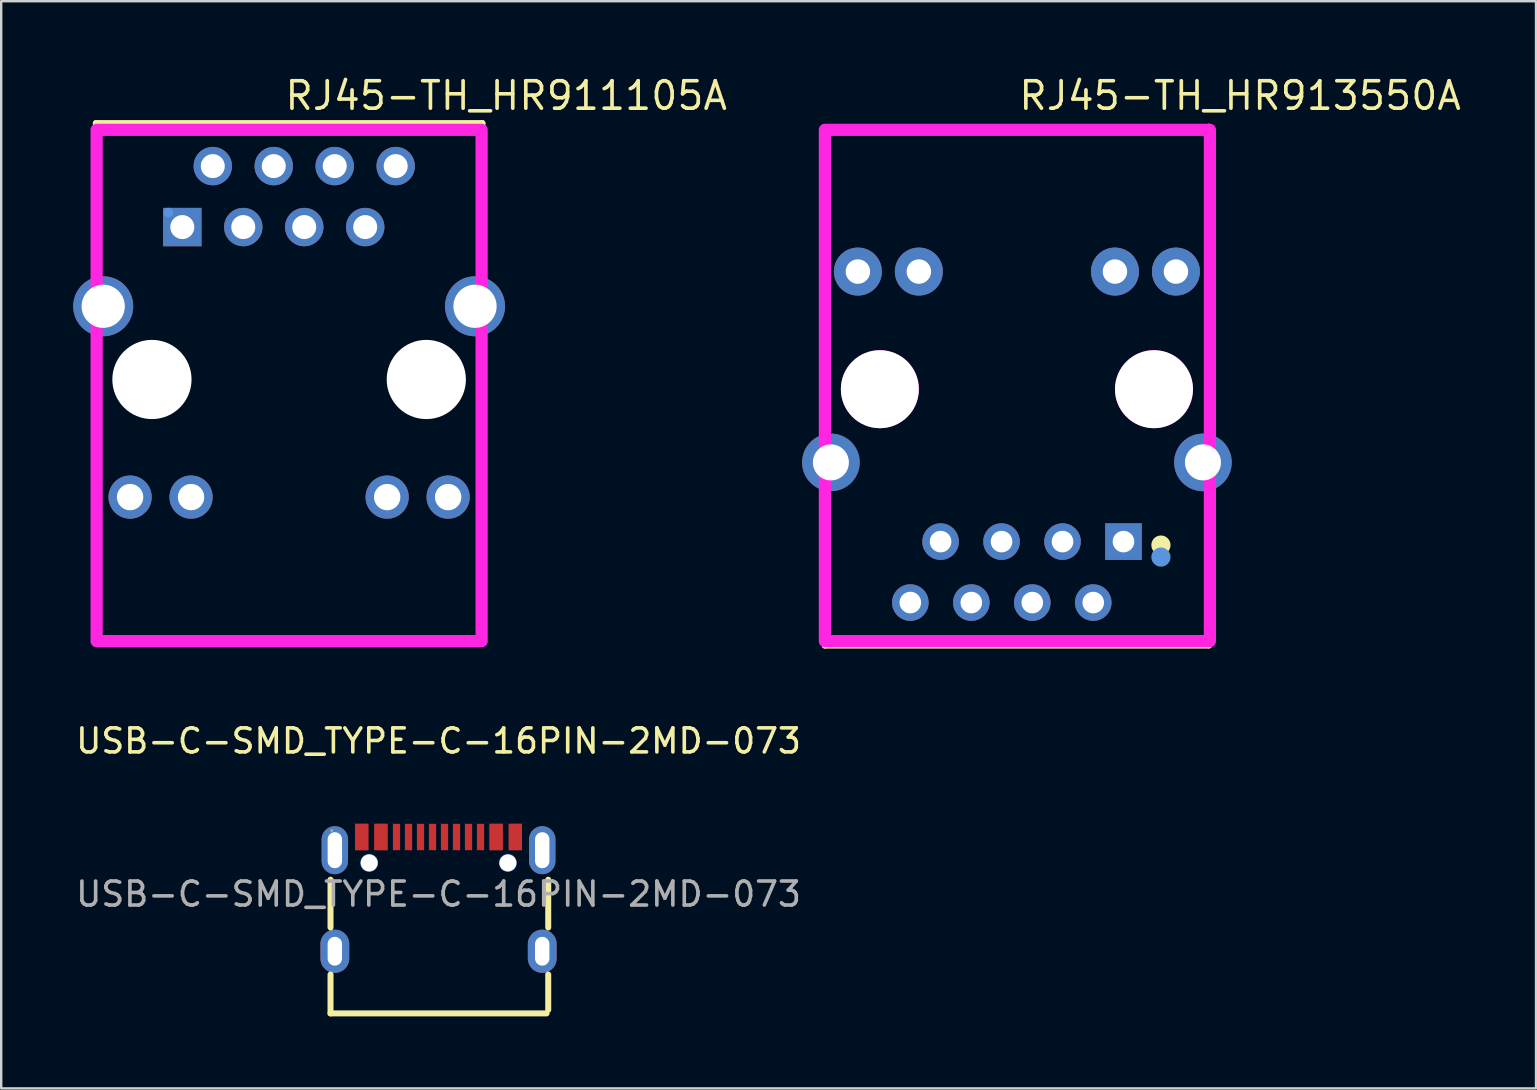
<source format=kicad_pcb>
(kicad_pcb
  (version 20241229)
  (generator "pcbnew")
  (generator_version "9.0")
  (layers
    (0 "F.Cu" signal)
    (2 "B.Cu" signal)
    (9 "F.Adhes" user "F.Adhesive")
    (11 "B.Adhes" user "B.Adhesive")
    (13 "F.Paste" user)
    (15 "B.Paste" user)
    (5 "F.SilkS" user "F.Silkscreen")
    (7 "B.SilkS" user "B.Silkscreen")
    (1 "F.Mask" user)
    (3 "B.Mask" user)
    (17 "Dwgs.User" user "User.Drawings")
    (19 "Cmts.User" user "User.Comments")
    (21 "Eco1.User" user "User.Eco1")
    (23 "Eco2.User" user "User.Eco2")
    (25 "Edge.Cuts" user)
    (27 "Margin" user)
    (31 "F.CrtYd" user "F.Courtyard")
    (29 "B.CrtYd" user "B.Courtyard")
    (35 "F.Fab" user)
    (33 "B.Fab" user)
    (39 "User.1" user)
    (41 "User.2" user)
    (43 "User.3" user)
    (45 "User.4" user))
  (footprint "RJ45-TH_HR913550A"
    (layer "F.Cu")
    (at 39.316 15.159)
    (property "Reference" "RJ45-TH_HR913550A" (at 0 -14.223 0) (layer "F.SilkS") (effects (font (size 1.143 1.143) (thickness 0.152)) (justify left)))
    (attr through_hole)
    (fp_line (start -8 -12.917) (end -8 8.683) (stroke (width 0.254) (type solid)) (layer "F.SilkS"))
    (fp_line (start -8 -12.917) (end 8 -12.917) (stroke (width 0.254) (type solid)) (layer "F.SilkS"))
    (fp_line (start -8 8.685) (end 8 8.685) (stroke (width 0.254) (type solid)) (layer "F.SilkS"))
    (fp_line (start 8 -12.927) (end 8 8.673) (stroke (width 0.254) (type solid)) (layer "F.SilkS"))
    (fp_circle (center 6 4.5) (end 6 4.7) (stroke (width 0.4) (type solid)) (fill no) (layer "F.SilkS"))
    (fp_circle (center -5.71 -1.995) (end -5.71 -1.245) (stroke (width 1.5) (type solid)) (fill no) (layer "Cmts.User"))
    (fp_circle (center 5.71 -1.995) (end 5.71 -1.245) (stroke (width 1.5) (type solid)) (fill no) (layer "Cmts.User"))
    (fp_circle (center 6 5) (end 6 5.2) (stroke (width 0.4) (type solid)) (fill no) (layer "Cmts.User"))
    (fp_circle (center -5.71 -1.995) (end -5.71 -1.182) (stroke (width 1.625) (type solid)) (fill no) (layer "F.CrtYd"))
    (fp_circle (center 5.71 -1.995) (end 5.71 -1.182) (stroke (width 1.625) (type solid)) (fill no) (layer "F.CrtYd"))
    (fp_poly (pts (xy -8 8.5) (xy -8 -12.8) (xy 8.04 -12.8) (xy 8.04 8.5)) (stroke (width 0.508) (type solid)) (fill no) (layer "F.CrtYd"))
    (pad "" np_thru_hole circle (at -5.71 -1.995) (size 3.25 3.25) (drill 3.25) (layers "*.Cu" "*.Mask"))
    (pad "" np_thru_hole circle (at 5.71 -1.995) (size 3.25 3.25) (drill 3.25) (layers "*.Cu" "*.Mask"))
    (pad "1" thru_hole rect (at 4.44 4.355 90) (size 1.524 1.524) (drill 0.9) (layers "*.Cu" "*.Mask"))
    (pad "2" thru_hole circle (at 3.18 6.895 90) (size 1.524 1.524) (drill 0.9) (layers "*.Cu" "*.Mask"))
    (pad "3" thru_hole circle (at 1.9 4.355 90) (size 1.524 1.524) (drill 0.9) (layers "*.Cu" "*.Mask"))
    (pad "4" thru_hole circle (at 0.64 6.895 90) (size 1.524 1.524) (drill 0.9) (layers "*.Cu" "*.Mask"))
    (pad "5" thru_hole circle (at -0.64 4.355 90) (size 1.524 1.524) (drill 0.9) (layers "*.Cu" "*.Mask"))
    (pad "6" thru_hole circle (at -1.9 6.895 90) (size 1.524 1.524) (drill 0.9) (layers "*.Cu" "*.Mask"))
    (pad "7" thru_hole circle (at -3.18 4.355 90) (size 1.524 1.524) (drill 0.9) (layers "*.Cu" "*.Mask"))
    (pad "8" thru_hole circle (at -4.44 6.895 90) (size 1.524 1.524) (drill 0.9) (layers "*.Cu" "*.Mask"))
    (pad "9" thru_hole circle (at 6.625 -6.895 90) (size 2 2) (drill 1.02) (layers "*.Cu" "*.Mask"))
    (pad "10" thru_hole circle (at 4.085 -6.895 90) (size 2 2) (drill 1.02) (layers "*.Cu" "*.Mask"))
    (pad "11" thru_hole circle (at -4.085 -6.895 90) (size 2 2) (drill 1.02) (layers "*.Cu" "*.Mask"))
    (pad "12" thru_hole circle (at -6.625 -6.895 90) (size 2 2) (drill 1.02) (layers "*.Cu" "*.Mask"))
    (pad "13" thru_hole circle (at 7.75 1.055 90) (size 2.4 2.4) (drill 1.5) (layers "*.Cu" "*.Mask"))
    (pad "14" thru_hole circle (at -7.75 1.055 90) (size 2.4 2.4) (drill 1.5) (layers "*.Cu" "*.Mask")))
  (footprint "USB-C-SMD_TYPE-C-16PIN-2MD-073"
    (layer "F.Cu")
    (at 15.22 34.2)
    (property "Reference" "USB-C-SMD_TYPE-C-16PIN-2MD-073" (at 0 -6.38 0) (layer "F.SilkS") (effects (font (size 1 1) (thickness 0.15))))
    (attr smd)
    (fp_line (start -4.5 1.39) (end -4.5 -0.6) (stroke (width 0.25) (type solid)) (layer "F.SilkS"))
    (fp_line (start -4.5 4.97) (end -4.5 3.35) (stroke (width 0.25) (type solid)) (layer "F.SilkS"))
    (fp_line (start 4.5 4.97) (end -4.5 4.97) (stroke (width 0.25) (type solid)) (layer "F.SilkS"))
    (fp_line (start 4.57 1.39) (end 4.57 -0.6) (stroke (width 0.25) (type solid)) (layer "F.SilkS"))
    (fp_line (start 4.57 4.82) (end 4.57 3.35) (stroke (width 0.25) (type solid)) (layer "F.SilkS"))
    (fp_circle (center -2.89 -1.3) (end -2.77 -1.3) (stroke (width 0.25) (type solid)) (fill no) (layer "Cmts.User"))
    (fp_circle (center 2.89 -1.3) (end 3.01 -1.3) (stroke (width 0.25) (type solid)) (fill no) (layer "Cmts.User"))
    (fp_circle (center -4.45 -2.65) (end -4.42 -2.65) (stroke (width 0.06) (type solid)) (fill no) (layer "F.Fab"))
    (fp_text user "${REFERENCE}" (at 0 0 0) (layer "F.Fab") (effects (font (size 1 1) (thickness 0.15))))
    (pad "" thru_hole circle (at -2.89 -1.3) (size 0.7 0.7) (drill 0.7) (layers "*.Cu" "*.Mask"))
    (pad "" thru_hole circle (at 2.89 -1.3) (size 0.7 0.7) (drill 0.7) (layers "*.Cu" "*.Mask"))
    (pad "A1" smd rect (at -3.2 -2.38) (size 0.55 1.1) (layers "F.Cu" "F.Mask" "F.Paste"))
    (pad "A4" smd rect (at -2.4 -2.38) (size 0.55 1.1) (layers "F.Cu" "F.Mask" "F.Paste"))
    (pad "A5" smd rect (at -1.25 -2.38) (size 0.3 1.1) (layers "F.Cu" "F.Mask" "F.Paste"))
    (pad "A6" smd rect (at -0.25 -2.38) (size 0.3 1.1) (layers "F.Cu" "F.Mask" "F.Paste"))
    (pad "A7" smd rect (at 0.25 -2.38) (size 0.3 1.1) (layers "F.Cu" "F.Mask" "F.Paste"))
    (pad "A8" smd rect (at 1.25 -2.38) (size 0.3 1.1) (layers "F.Cu" "F.Mask" "F.Paste"))
    (pad "A9" smd rect (at 2.4 -2.38) (size 0.55 1.1) (layers "F.Cu" "F.Mask" "F.Paste"))
    (pad "A12" smd rect (at 3.2 -2.38) (size 0.55 1.1) (layers "F.Cu" "F.Mask" "F.Paste"))
    (pad "B1" smd rect (at 3.2 -2.38) (size 0.55 1.1) (layers "F.Cu" "F.Mask" "F.Paste"))
    (pad "B4" smd rect (at 2.4 -2.38) (size 0.55 1.1) (layers "F.Cu" "F.Mask" "F.Paste"))
    (pad "B5" smd rect (at 1.75 -2.38) (size 0.3 1.1) (layers "F.Cu" "F.Mask" "F.Paste"))
    (pad "B6" smd rect (at 0.75 -2.38) (size 0.3 1.1) (layers "F.Cu" "F.Mask" "F.Paste"))
    (pad "B7" smd rect (at -0.75 -2.38) (size 0.3 1.1) (layers "F.Cu" "F.Mask" "F.Paste"))
    (pad "B8" smd rect (at -1.75 -2.38) (size 0.3 1.1) (layers "F.Cu" "F.Mask" "F.Paste"))
    (pad "B9" smd rect (at -2.4 -2.38) (size 0.55 1.1) (layers "F.Cu" "F.Mask" "F.Paste"))
    (pad "B12" smd rect (at -3.2 -2.38) (size 0.55 1.1) (layers "F.Cu" "F.Mask" "F.Paste"))
    (pad "S1" thru_hole oval (at -4.32 -1.83) (size 1.1 2) (drill oval 0.6 1.5) (layers "*.Cu" "*.Mask"))
    (pad "S1" thru_hole oval (at -4.32 2.38) (size 1.2 1.8) (drill oval 0.6 1.2) (layers "*.Cu" "*.Mask"))
    (pad "S1" thru_hole oval (at 4.32 -1.83) (size 1.1 2) (drill oval 0.6 1.5) (layers "*.Cu" "*.Mask"))
    (pad "S1" thru_hole oval (at 4.32 2.38) (size 1.2 1.8) (drill oval 0.6 1.2) (layers "*.Cu" "*.Mask")))
  (footprint "RJ45-TH_HR911105A"
    (layer "F.Cu")
    (at 8.995 10.765)
    (property "Reference" "RJ45-TH_HR911105A" (at -0.254 -9.829 0) (layer "F.SilkS") (effects (font (size 1.143 1.143) (thickness 0.152)) (justify left)))
    (attr through_hole)
    (fp_line (start -8.05 -8.685) (end -8.05 -2.685) (stroke (width 0.254) (type solid)) (layer "F.SilkS"))
    (fp_line (start -8.05 -8.685) (end 8.05 -8.685) (stroke (width 0.254) (type solid)) (layer "F.SilkS"))
    (fp_line (start -8.05 0.615) (end -8.05 12.915) (stroke (width 0.254) (type solid)) (layer "F.SilkS"))
    (fp_line (start -8.05 12.915) (end 8.05 12.915) (stroke (width 0.254) (type solid)) (layer "F.SilkS"))
    (fp_line (start 8.05 0.615) (end 8.05 12.915) (stroke (width 0.254) (type solid)) (layer "F.SilkS"))
    (fp_line (start 8.05 -8.685) (end 8.05 -2.685) (stroke (width 0.254) (type solid)) (layer "F.SilkS"))
    (fp_circle (center -5.715 1.995) (end -5.715 2.695) (stroke (width 1.4) (type solid)) (fill no) (layer "Cmts.User"))
    (fp_circle (center -5.03 -4.96) (end -5.03 -4.86) (stroke (width 0.2) (type solid)) (fill no) (layer "Cmts.User"))
    (fp_circle (center 5.715 1.995) (end 5.715 2.695) (stroke (width 1.4) (type solid)) (fill no) (layer "Cmts.User"))
    (fp_poly (pts (xy -8.02 12.895) (xy -8.02 -8.405) (xy 8.02 -8.405) (xy 8.02 12.895)) (stroke (width 0.508) (type solid)) (fill no) (layer "F.CrtYd"))
    (pad "" np_thru_hole circle (at -5.715 1.995) (size 3.3 3.3) (drill 3.3) (layers "*.Cu" "*.Mask"))
    (pad "" np_thru_hole circle (at 5.715 1.995) (size 3.3 3.3) (drill 3.3) (layers "*.Cu" "*.Mask"))
    (pad "1" thru_hole rect (at -4.45 -4.355) (size 1.6 1.6) (drill 1) (layers "*.Cu" "*.Mask"))
    (pad "2" thru_hole circle (at -3.18 -6.895) (size 1.6 1.6) (drill 1) (layers "*.Cu" "*.Mask"))
    (pad "3" thru_hole circle (at -1.91 -4.355) (size 1.6 1.6) (drill 1) (layers "*.Cu" "*.Mask"))
    (pad "4" thru_hole circle (at -0.64 -6.895) (size 1.6 1.6) (drill 1) (layers "*.Cu" "*.Mask"))
    (pad "5" thru_hole circle (at 0.63 -4.355) (size 1.6 1.6) (drill 1) (layers "*.Cu" "*.Mask"))
    (pad "6" thru_hole circle (at 1.9 -6.895) (size 1.6 1.6) (drill 1) (layers "*.Cu" "*.Mask"))
    (pad "7" thru_hole circle (at 3.17 -4.355) (size 1.6 1.6) (drill 1) (layers "*.Cu" "*.Mask"))
    (pad "8" thru_hole circle (at 4.44 -6.895) (size 1.6 1.6) (drill 1) (layers "*.Cu" "*.Mask"))
    (pad "9" thru_hole circle (at -6.625 6.895) (size 1.8 1.8) (drill 1.1) (layers "*.Cu" "*.Mask"))
    (pad "10" thru_hole circle (at -4.085 6.895) (size 1.8 1.8) (drill 1.1) (layers "*.Cu" "*.Mask"))
    (pad "11" thru_hole circle (at 4.085 6.895) (size 1.8 1.8) (drill 1.1) (layers "*.Cu" "*.Mask"))
    (pad "12" thru_hole circle (at 6.625 6.895) (size 1.8 1.8) (drill 1.1) (layers "*.Cu" "*.Mask"))
    (pad "SH1" thru_hole circle (at -7.745 -1.055) (size 2.5 2.5) (drill 1.8) (layers "*.Cu" "*.Mask"))
    (pad "SH2" thru_hole circle (at 7.745 -1.055) (size 2.5 2.5) (drill 1.8) (layers "*.Cu" "*.Mask")))
  (gr_rect
    (start -3 -3)
    (end 60.942 42.295)
    (stroke (width 0.1) (type default))
    (fill no)
    (layer "Edge.Cuts")))
</source>
